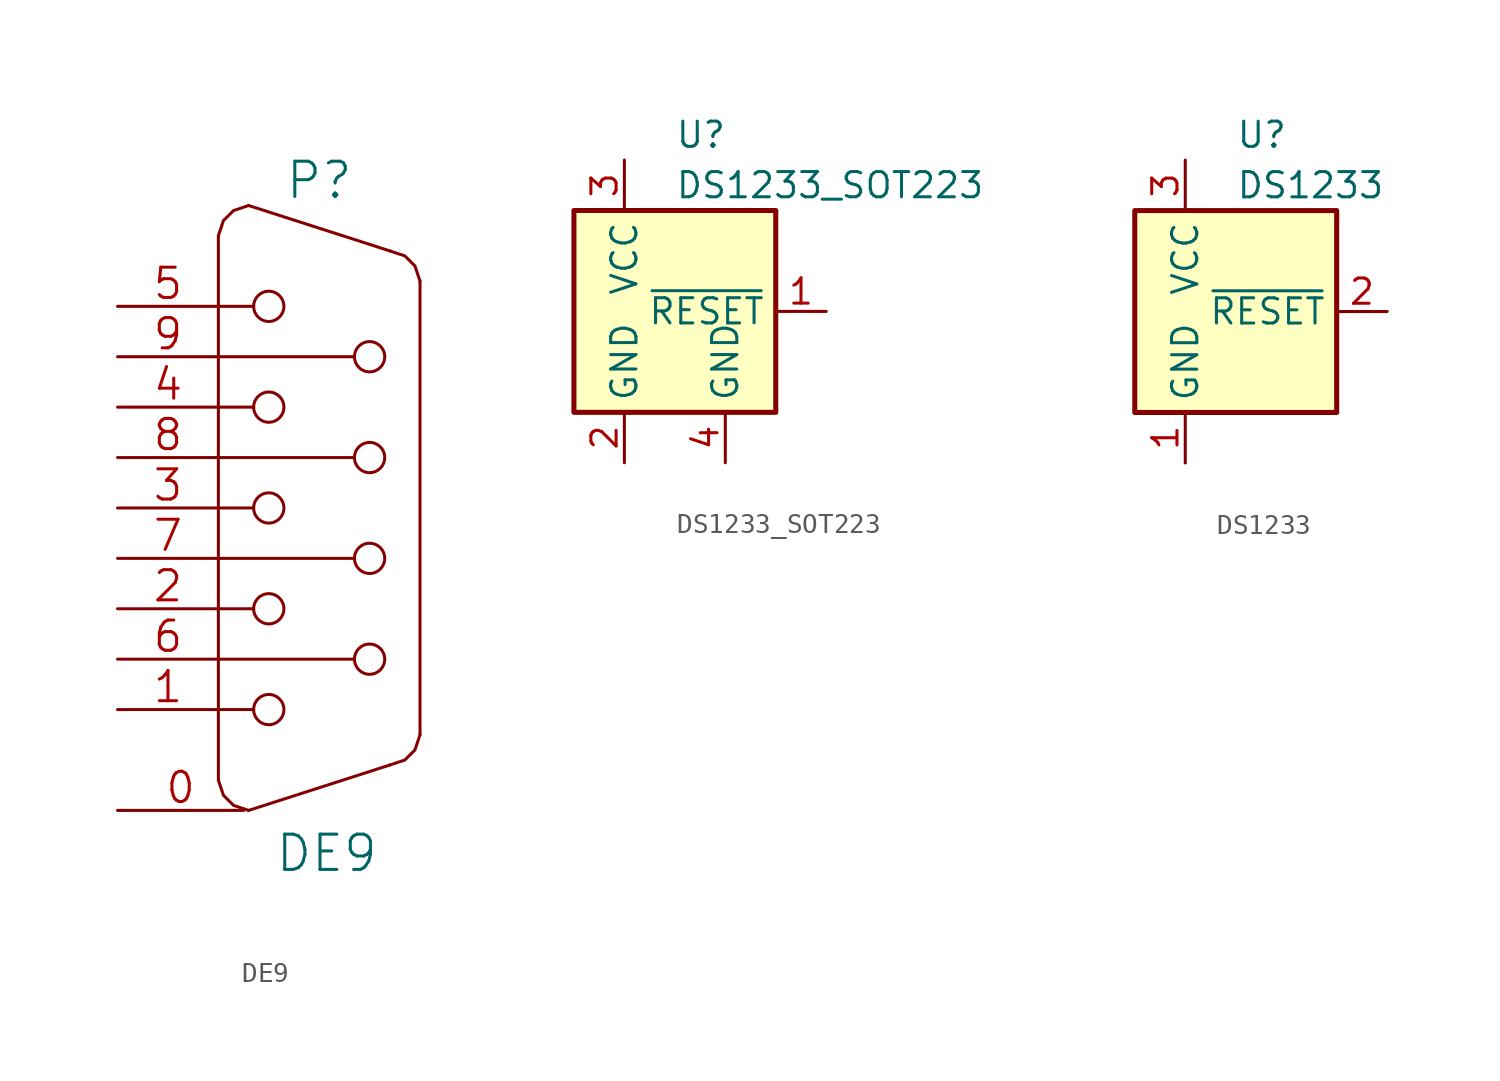
<source format=kicad_sym>
(kicad_symbol_lib
  (version 20211014)
  (generator kicad_symbol_editor)
  (symbol "DE9"
    (pin_names
      (offset 1.016) hide)
    (property "Reference" "P"
      (at 0 16.51 0)
      (effects (font (size 1.778 1.778))))
    (property "Value" "DE9"
      (at 0.381 -17.399 0)
      (effects (font (size 1.778 1.778))))
    (property "Footprint" ""
      (at 2.54 0 0)
      (effects (font (size 1.524 1.524))))
    (property "Datasheet" ""
      (at 2.54 0 0)
      (effects (font (size 1.524 1.524))))
    (symbol "DE9_0_1"
      (rectangle (start -5.08 -10.16) (end -3.302 -10.16) (stroke (width 0) (type default) (color 0 0 0 0)) (fill (type none)))
      (rectangle (start -5.08 -5.08) (end -3.302 -5.08) (stroke (width 0) (type default) (color 0 0 0 0)) (fill (type none)))
      (rectangle (start -5.08 0) (end -3.302 0) (stroke (width 0) (type default) (color 0 0 0 0)) (fill (type none)))
      (rectangle (start -5.08 5.08) (end -3.302 5.08) (stroke (width 0) (type default) (color 0 0 0 0)) (fill (type none)))
      (rectangle (start -5.08 7.62) (end 1.778 7.62) (stroke (width 0) (type default) (color 0 0 0 0)) (fill (type none)))
      (rectangle (start -5.08 10.16) (end -3.302 10.16) (stroke (width 0) (type default) (color 0 0 0 0)) (fill (type none)))
      (circle (center -2.54 -10.16) (radius 0.762) (stroke (width 0) (type default) (color 0 0 0 0)) (fill (type none)))
      (circle (center -2.54 -5.08) (radius 0.762) (stroke (width 0) (type default) (color 0 0 0 0)) (fill (type none)))
      (circle (center -2.54 0) (radius 0.762) (stroke (width 0) (type default) (color 0 0 0 0)) (fill (type none)))
      (circle (center -2.54 5.08) (radius 0.762) (stroke (width 0) (type default) (color 0 0 0 0)) (fill (type none)))
      (circle (center -2.54 10.16) (radius 0.762) (stroke (width 0) (type default) (color 0 0 0 0)) (fill (type none)))
      (polyline (pts (xy -5.08 -13.716) (xy -5.08 13.716)) (stroke (width 0) (type default) (color 0 0 0 0)) (fill (type background)))
      (polyline (pts (xy -5.08 -7.62) (xy 1.778 -7.62)) (stroke (width 0) (type default) (color 0 0 0 0)) (fill (type none)))
      (polyline (pts (xy -5.08 -2.54) (xy 1.778 -2.54)) (stroke (width 0) (type default) (color 0 0 0 0)) (fill (type none)))
      (polyline (pts (xy -5.08 2.54) (xy 1.778 2.54)) (stroke (width 0) (type default) (color 0 0 0 0)) (fill (type none)))
      (polyline (pts (xy -3.556 -15.24) (xy 3.556 -12.954)) (stroke (width 0) (type default) (color 0 0 0 0)) (fill (type none)))
      (polyline (pts (xy -3.556 15.24) (xy 3.556 12.954)) (stroke (width 0) (type default) (color 0 0 0 0)) (fill (type none)))
      (polyline (pts (xy 5.08 11.43) (xy 5.08 -11.43)) (stroke (width 0) (type default) (color 0 0 0 0)) (fill (type none)))
      (polyline (pts (xy -5.08 -13.716) (xy -4.826 -14.478) (xy -4.318 -14.986) (xy -3.556 -15.24)) (stroke (width 0) (type default) (color 0 0 0 0)) (fill (type none)))
      (polyline (pts (xy -5.08 13.716) (xy -4.826 14.478) (xy -4.318 14.986) (xy -3.556 15.24)) (stroke (width 0) (type default) (color 0 0 0 0)) (fill (type none)))
      (polyline (pts (xy 3.556 -12.954) (xy 4.318 -12.7) (xy 4.826 -12.192) (xy 5.08 -11.43)) (stroke (width 0) (type default) (color 0 0 0 0)) (fill (type none)))
      (polyline (pts (xy 3.556 12.954) (xy 4.318 12.7) (xy 4.826 12.192) (xy 5.08 11.43)) (stroke (width 0) (type default) (color 0 0 0 0)) (fill (type none)))
      (circle (center 2.54 -7.62) (radius 0.762) (stroke (width 0) (type default) (color 0 0 0 0)) (fill (type none)))
      (circle (center 2.54 -2.54) (radius 0.762) (stroke (width 0) (type default) (color 0 0 0 0)) (fill (type none)))
      (circle (center 2.54 2.54) (radius 0.762) (stroke (width 0) (type default) (color 0 0 0 0)) (fill (type none)))
      (circle (center 2.54 7.62) (radius 0.762) (stroke (width 0) (type default) (color 0 0 0 0)) (fill (type none))))
    (symbol "DE9_1_1"
      (pin passive line (at -10.16 -15.24 0) (length 6.35) (name "GND" (effects (font (size 1.524 1.524)))) (number "0" (effects (font (size 1.524 1.524)))))
      (pin passive line (at -10.16 -10.16 0) (length 5.08) (name "1" (effects (font (size 1.524 1.524)))) (number "1" (effects (font (size 1.524 1.524)))))
      (pin passive line (at -10.16 -5.08 0) (length 5.08) (name "2" (effects (font (size 1.524 1.524)))) (number "2" (effects (font (size 1.524 1.524)))))
      (pin passive line (at -10.16 0 0) (length 5.08) (name "3" (effects (font (size 1.524 1.524)))) (number "3" (effects (font (size 1.524 1.524)))))
      (pin passive line (at -10.16 5.08 0) (length 5.08) (name "4" (effects (font (size 1.524 1.524)))) (number "4" (effects (font (size 1.524 1.524)))))
      (pin passive line (at -10.16 10.16 0) (length 5.08) (name "5" (effects (font (size 1.524 1.524)))) (number "5" (effects (font (size 1.524 1.524)))))
      (pin passive line (at -10.16 -7.62 0) (length 5.08) (name "P6" (effects (font (size 1.524 1.524)))) (number "6" (effects (font (size 1.524 1.524)))))
      (pin passive line (at -10.16 -2.54 0) (length 5.08) (name "P7" (effects (font (size 1.524 1.524)))) (number "7" (effects (font (size 1.524 1.524)))))
      (pin passive line (at -10.16 2.54 0) (length 5.08) (name "P8" (effects (font (size 1.524 1.524)))) (number "8" (effects (font (size 1.524 1.524)))))
      (pin passive line (at -10.16 7.62 0) (length 5.08) (name "P9" (effects (font (size 1.524 1.524)))) (number "9" (effects (font (size 1.524 1.524)))))))
  (symbol "DS1233_SOT223"
    (property "Reference" "U"
      (at 2.54 8.89 0)
      (effects (font (size 1.27 1.27)) (justify left)))
    (property "Value" "DS1233_SOT223"
      (at 2.54 6.35 0)
      (effects (font (size 1.27 1.27)) (justify left)))
    (symbol "DS1233_SOT223_0_1"
      (rectangle (start -2.54 5.08) (end 7.62 -5.08) (stroke (width 0.254) (type default) (color 0 0 0 0)) (fill (type background))))
    (symbol "DS1233_SOT223_1_1"
      (pin output line (at 10.16 0 180) (length 2.54) (name "~{RESET}" (effects (font (size 1.27 1.27)))) (number "1" (effects (font (size 1.27 1.27)))))
      (pin power_in line (at 0 -7.62 90) (length 2.54) (name "GND" (effects (font (size 1.27 1.27)))) (number "2" (effects (font (size 1.27 1.27)))))
      (pin power_in line (at 0 7.62 270) (length 2.54) (name "VCC" (effects (font (size 1.27 1.27)))) (number "3" (effects (font (size 1.27 1.27)))))
      (pin power_in line (at 5.08 -7.62 90) (length 2.54) (name "GND" (effects (font (size 1.27 1.27)))) (number "4" (effects (font (size 1.27 1.27)))))))
  (symbol "DS1233"
    (property "Reference" "U"
      (at 2.54 8.89 0)
      (effects (font (size 1.27 1.27)) (justify left)))
    (property "Value" "DS1233"
      (at 2.54 6.35 0)
      (effects (font (size 1.27 1.27)) (justify left)))
    (symbol "DS1233_0_1"
      (rectangle (start -2.54 5.08) (end 7.62 -5.08) (stroke (width 0.254) (type default) (color 0 0 0 0)) (fill (type background))))
    (symbol "DS1233_1_1"
      (pin power_in line (at 0 -7.62 90) (length 2.54) (name "GND" (effects (font (size 1.27 1.27)))) (number "1" (effects (font (size 1.27 1.27)))))
      (pin output line (at 10.16 0 180) (length 2.54) (name "~{RESET}" (effects (font (size 1.27 1.27)))) (number "2" (effects (font (size 1.27 1.27)))))
      (pin power_in line (at 0 7.62 270) (length 2.54) (name "VCC" (effects (font (size 1.27 1.27)))) (number "3" (effects (font (size 1.27 1.27))))))))
</source>
